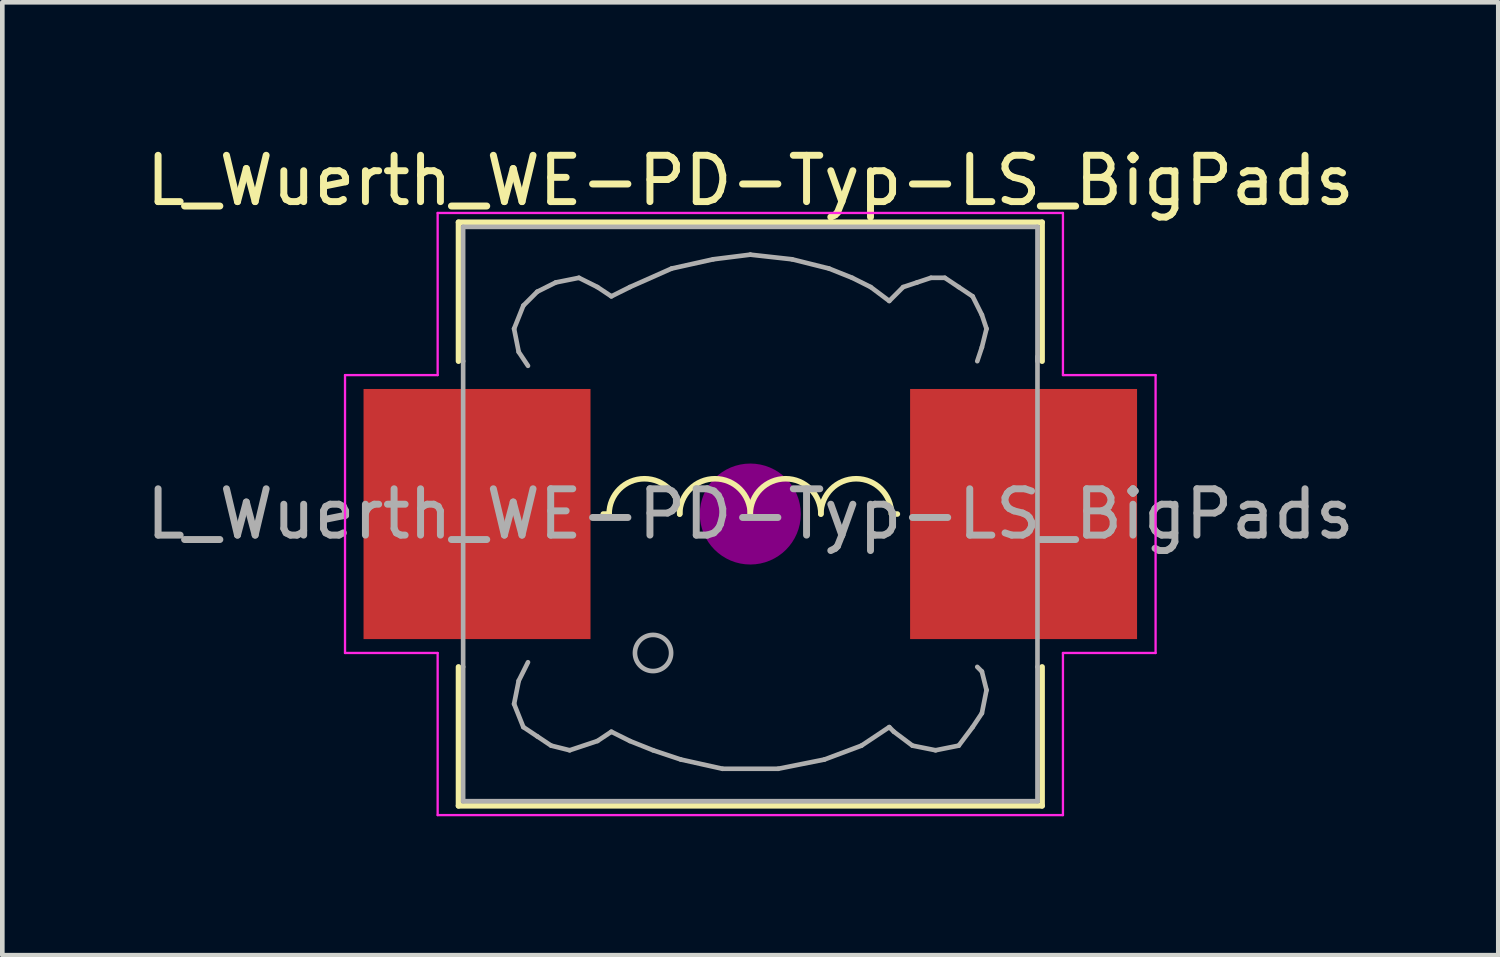
<source format=kicad_pcb>
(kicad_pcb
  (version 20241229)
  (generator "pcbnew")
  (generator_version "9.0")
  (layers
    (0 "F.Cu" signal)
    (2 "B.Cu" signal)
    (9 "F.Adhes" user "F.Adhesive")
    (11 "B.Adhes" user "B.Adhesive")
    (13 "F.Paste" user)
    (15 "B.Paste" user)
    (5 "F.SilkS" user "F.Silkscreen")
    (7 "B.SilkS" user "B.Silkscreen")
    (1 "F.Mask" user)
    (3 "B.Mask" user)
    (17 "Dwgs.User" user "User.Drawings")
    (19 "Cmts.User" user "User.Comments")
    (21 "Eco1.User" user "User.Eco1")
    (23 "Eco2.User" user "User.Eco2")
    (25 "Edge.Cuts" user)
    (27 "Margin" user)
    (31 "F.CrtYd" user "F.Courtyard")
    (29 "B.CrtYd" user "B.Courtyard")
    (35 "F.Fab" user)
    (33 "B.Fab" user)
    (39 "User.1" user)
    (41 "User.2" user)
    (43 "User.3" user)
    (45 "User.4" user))
  (footprint "L_Wuerth_WE-PD-Typ-LS_BigPads"
    (layer "F.Cu")
    (at 13.149 8.048)
    (property "Reference" "L_Wuerth_WE-PD-Typ-LS_BigPads" (at 0 -7.2 0) (layer "F.SilkS") (effects (font (size 1 1) (thickness 0.15))))
    (attr smd)
    (fp_line (start -6.3 -6.3) (end 6.3 -6.3) (stroke (width 0.12) (type solid)) (layer "F.SilkS"))
    (fp_line (start -6.3 -3.3) (end -6.3 -6.3) (stroke (width 0.12) (type solid)) (layer "F.SilkS"))
    (fp_line (start -6.3 6.3) (end -6.3 3.3) (stroke (width 0.12) (type solid)) (layer "F.SilkS"))
    (fp_line (start -3.048 0) (end -3.175 0) (stroke (width 0.12) (type solid)) (layer "F.SilkS"))
    (fp_line (start 3.175 0) (end 3.048 0) (stroke (width 0.12) (type solid)) (layer "F.SilkS"))
    (fp_line (start 6.3 -6.3) (end 6.3 -3.3) (stroke (width 0.12) (type solid)) (layer "F.SilkS"))
    (fp_line (start 6.3 3.3) (end 6.3 6.3) (stroke (width 0.12) (type solid)) (layer "F.SilkS"))
    (fp_line (start 6.3 6.3) (end -6.3 6.3) (stroke (width 0.12) (type solid)) (layer "F.SilkS"))
    (fp_arc (start -3.048 0) (mid -2.286 -0.762) (end -1.524 0) (stroke (width 0.12) (type solid)) (layer "F.SilkS"))
    (fp_arc (start -1.524 0) (mid -0.762 -0.762) (end 0 0) (stroke (width 0.12) (type solid)) (layer "F.SilkS"))
    (fp_arc (start 0 0) (mid 0.762 -0.762) (end 1.524 0) (stroke (width 0.12) (type solid)) (layer "F.SilkS"))
    (fp_arc (start 1.524 0) (mid 2.286 -0.762) (end 3.048 0) (stroke (width 0.12) (type solid)) (layer "F.SilkS"))
    (fp_circle (center 0 0) (end 0.15 0.15) (stroke (width 0.38) (type solid)) (fill no) (layer "F.Adhes"))
    (fp_circle (center 0 0) (end 0.55 0) (stroke (width 0.38) (type solid)) (fill no) (layer "F.Adhes"))
    (fp_circle (center 0 0) (end 0.9 0) (stroke (width 0.38) (type solid)) (fill no) (layer "F.Adhes"))
    (fp_line (start -8.75 -3) (end -6.75 -3) (stroke (width 0.05) (type solid)) (layer "F.CrtYd"))
    (fp_line (start -8.75 3) (end -8.75 -3) (stroke (width 0.05) (type solid)) (layer "F.CrtYd"))
    (fp_line (start -6.75 -6.5) (end 6.75 -6.5) (stroke (width 0.05) (type solid)) (layer "F.CrtYd"))
    (fp_line (start -6.75 -3) (end -6.75 -6.5) (stroke (width 0.05) (type solid)) (layer "F.CrtYd"))
    (fp_line (start -6.75 3) (end -8.75 3) (stroke (width 0.05) (type solid)) (layer "F.CrtYd"))
    (fp_line (start -6.75 6.5) (end -6.75 3) (stroke (width 0.05) (type solid)) (layer "F.CrtYd"))
    (fp_line (start 6.75 -6.5) (end 6.75 -3) (stroke (width 0.05) (type solid)) (layer "F.CrtYd"))
    (fp_line (start 6.75 -3) (end 8.75 -3) (stroke (width 0.05) (type solid)) (layer "F.CrtYd"))
    (fp_line (start 6.75 3) (end 6.75 6.5) (stroke (width 0.05) (type solid)) (layer "F.CrtYd"))
    (fp_line (start 6.75 6.5) (end -6.75 6.5) (stroke (width 0.05) (type solid)) (layer "F.CrtYd"))
    (fp_line (start 8.75 -3) (end 8.75 3) (stroke (width 0.05) (type solid)) (layer "F.CrtYd"))
    (fp_line (start 8.75 3) (end 6.75 3) (stroke (width 0.05) (type solid)) (layer "F.CrtYd"))
    (fp_line (start -6.2 -6.2) (end -6.2 -3.3) (stroke (width 0.1) (type solid)) (layer "F.Fab"))
    (fp_line (start -6.2 -3.3) (end -6.2 3.3) (stroke (width 0.1) (type solid)) (layer "F.Fab"))
    (fp_line (start -6.2 3.3) (end -6.2 6.2) (stroke (width 0.1) (type solid)) (layer "F.Fab"))
    (fp_line (start -6.2 6.2) (end 6.2 6.2) (stroke (width 0.1) (type solid)) (layer "F.Fab"))
    (fp_line (start -5.1 -4) (end -5 -3.5) (stroke (width 0.1) (type solid)) (layer "F.Fab"))
    (fp_line (start -5.1 4.1) (end -5 3.6) (stroke (width 0.1) (type solid)) (layer "F.Fab"))
    (fp_line (start -5 -3.5) (end -4.8 -3.2) (stroke (width 0.1) (type solid)) (layer "F.Fab"))
    (fp_line (start -5 3.6) (end -4.8 3.2) (stroke (width 0.1) (type solid)) (layer "F.Fab"))
    (fp_line (start -4.9 -4.5) (end -5.1 -4) (stroke (width 0.1) (type solid)) (layer "F.Fab"))
    (fp_line (start -4.9 4.6) (end -5.1 4.1) (stroke (width 0.1) (type solid)) (layer "F.Fab"))
    (fp_line (start -4.6 -4.8) (end -4.9 -4.5) (stroke (width 0.1) (type solid)) (layer "F.Fab"))
    (fp_line (start -4.6 4.8) (end -4.9 4.6) (stroke (width 0.1) (type solid)) (layer "F.Fab"))
    (fp_line (start -4.3 5) (end -4.6 4.8) (stroke (width 0.1) (type solid)) (layer "F.Fab"))
    (fp_line (start -4.2 -5) (end -4.6 -4.8) (stroke (width 0.1) (type solid)) (layer "F.Fab"))
    (fp_line (start -3.9 5.1) (end -4.3 5) (stroke (width 0.1) (type solid)) (layer "F.Fab"))
    (fp_line (start -3.7 -5.1) (end -4.2 -5) (stroke (width 0.1) (type solid)) (layer "F.Fab"))
    (fp_line (start -3.3 -4.9) (end -3.7 -5.1) (stroke (width 0.1) (type solid)) (layer "F.Fab"))
    (fp_line (start -3.3 4.9) (end -3.9 5.1) (stroke (width 0.1) (type solid)) (layer "F.Fab"))
    (fp_line (start -3 -4.7) (end -3.3 -4.9) (stroke (width 0.1) (type solid)) (layer "F.Fab"))
    (fp_line (start -3 4.7) (end -3.3 4.9) (stroke (width 0.1) (type solid)) (layer "F.Fab"))
    (fp_line (start -2.6 -4.9) (end -3 -4.7) (stroke (width 0.1) (type solid)) (layer "F.Fab"))
    (fp_line (start -2.6 4.9) (end -3 4.7) (stroke (width 0.1) (type solid)) (layer "F.Fab"))
    (fp_line (start -2.1 5.1) (end -2.6 4.9) (stroke (width 0.1) (type solid)) (layer "F.Fab"))
    (fp_line (start -1.7 -5.3) (end -2.6 -4.9) (stroke (width 0.1) (type solid)) (layer "F.Fab"))
    (fp_line (start -1.5 5.3) (end -2.1 5.1) (stroke (width 0.1) (type solid)) (layer "F.Fab"))
    (fp_line (start -0.8 -5.5) (end -1.7 -5.3) (stroke (width 0.1) (type solid)) (layer "F.Fab"))
    (fp_line (start -0.6 5.5) (end -1.5 5.3) (stroke (width 0.1) (type solid)) (layer "F.Fab"))
    (fp_line (start 0 -5.6) (end -0.8 -5.5) (stroke (width 0.1) (type solid)) (layer "F.Fab"))
    (fp_line (start 0.6 5.5) (end -0.6 5.5) (stroke (width 0.1) (type solid)) (layer "F.Fab"))
    (fp_line (start 0.9 -5.5) (end 0 -5.6) (stroke (width 0.1) (type solid)) (layer "F.Fab"))
    (fp_line (start 1.6 5.3) (end 0.6 5.5) (stroke (width 0.1) (type solid)) (layer "F.Fab"))
    (fp_line (start 1.7 -5.3) (end 0.9 -5.5) (stroke (width 0.1) (type solid)) (layer "F.Fab"))
    (fp_line (start 2.2 -5.1) (end 1.7 -5.3) (stroke (width 0.1) (type solid)) (layer "F.Fab"))
    (fp_line (start 2.4 5) (end 1.6 5.3) (stroke (width 0.1) (type solid)) (layer "F.Fab"))
    (fp_line (start 2.6 -4.9) (end 2.2 -5.1) (stroke (width 0.1) (type solid)) (layer "F.Fab"))
    (fp_line (start 3 -4.6) (end 2.6 -4.9) (stroke (width 0.1) (type solid)) (layer "F.Fab"))
    (fp_line (start 3 4.6) (end 2.4 5) (stroke (width 0.1) (type solid)) (layer "F.Fab"))
    (fp_line (start 3.1 4.7) (end 3 4.6) (stroke (width 0.1) (type solid)) (layer "F.Fab"))
    (fp_line (start 3.3 -4.9) (end 3 -4.6) (stroke (width 0.1) (type solid)) (layer "F.Fab"))
    (fp_line (start 3.5 5) (end 3.1 4.7) (stroke (width 0.1) (type solid)) (layer "F.Fab"))
    (fp_line (start 3.6 -5) (end 3.3 -4.9) (stroke (width 0.1) (type solid)) (layer "F.Fab"))
    (fp_line (start 3.9 -5.1) (end 3.6 -5) (stroke (width 0.1) (type solid)) (layer "F.Fab"))
    (fp_line (start 4 5.1) (end 3.5 5) (stroke (width 0.1) (type solid)) (layer "F.Fab"))
    (fp_line (start 4.2 -5.1) (end 3.9 -5.1) (stroke (width 0.1) (type solid)) (layer "F.Fab"))
    (fp_line (start 4.5 -4.9) (end 4.2 -5.1) (stroke (width 0.1) (type solid)) (layer "F.Fab"))
    (fp_line (start 4.5 5) (end 4 5.1) (stroke (width 0.1) (type solid)) (layer "F.Fab"))
    (fp_line (start 4.8 -4.7) (end 4.5 -4.9) (stroke (width 0.1) (type solid)) (layer "F.Fab"))
    (fp_line (start 4.8 4.6) (end 4.5 5) (stroke (width 0.1) (type solid)) (layer "F.Fab"))
    (fp_line (start 4.9 -3.3) (end 5 -3.6) (stroke (width 0.1) (type solid)) (layer "F.Fab"))
    (fp_line (start 4.9 3.3) (end 5 3.4) (stroke (width 0.1) (type solid)) (layer "F.Fab"))
    (fp_line (start 5 -4.3) (end 4.8 -4.7) (stroke (width 0.1) (type solid)) (layer "F.Fab"))
    (fp_line (start 5 -3.6) (end 5.1 -4) (stroke (width 0.1) (type solid)) (layer "F.Fab"))
    (fp_line (start 5 3.4) (end 5.1 3.8) (stroke (width 0.1) (type solid)) (layer "F.Fab"))
    (fp_line (start 5 4.3) (end 4.8 4.6) (stroke (width 0.1) (type solid)) (layer "F.Fab"))
    (fp_line (start 5.1 -4) (end 5 -4.3) (stroke (width 0.1) (type solid)) (layer "F.Fab"))
    (fp_line (start 5.1 3.8) (end 5 4.3) (stroke (width 0.1) (type solid)) (layer "F.Fab"))
    (fp_line (start 6.2 -6.2) (end -6.2 -6.2) (stroke (width 0.1) (type solid)) (layer "F.Fab"))
    (fp_line (start 6.2 -6.2) (end 6.2 -3.3) (stroke (width 0.1) (type solid)) (layer "F.Fab"))
    (fp_line (start 6.2 3.3) (end 6.2 -3.4) (stroke (width 0.1) (type solid)) (layer "F.Fab"))
    (fp_line (start 6.2 6.2) (end 6.2 3.3) (stroke (width 0.1) (type solid)) (layer "F.Fab"))
    (fp_circle (center -2.1 3) (end -1.8 3.25) (stroke (width 0.1) (type solid)) (fill no) (layer "F.Fab"))
    (fp_text user "${REFERENCE}" (at 0 0 0) (layer "F.Fab") (effects (font (size 1 1) (thickness 0.15))))
    (pad "1" smd rect (at -5.9 0) (size 4.9 5.4) (layers "F.Cu" "F.Mask" "F.Paste"))
    (pad "2" smd rect (at 5.9 0) (size 4.9 5.4) (layers "F.Cu" "F.Mask" "F.Paste")))
  (gr_rect
    (start -3 -3)
    (end 29.298 17.573)
    (stroke (width 0.1) (type default))
    (fill no)
    (layer "Edge.Cuts")))
</source>
